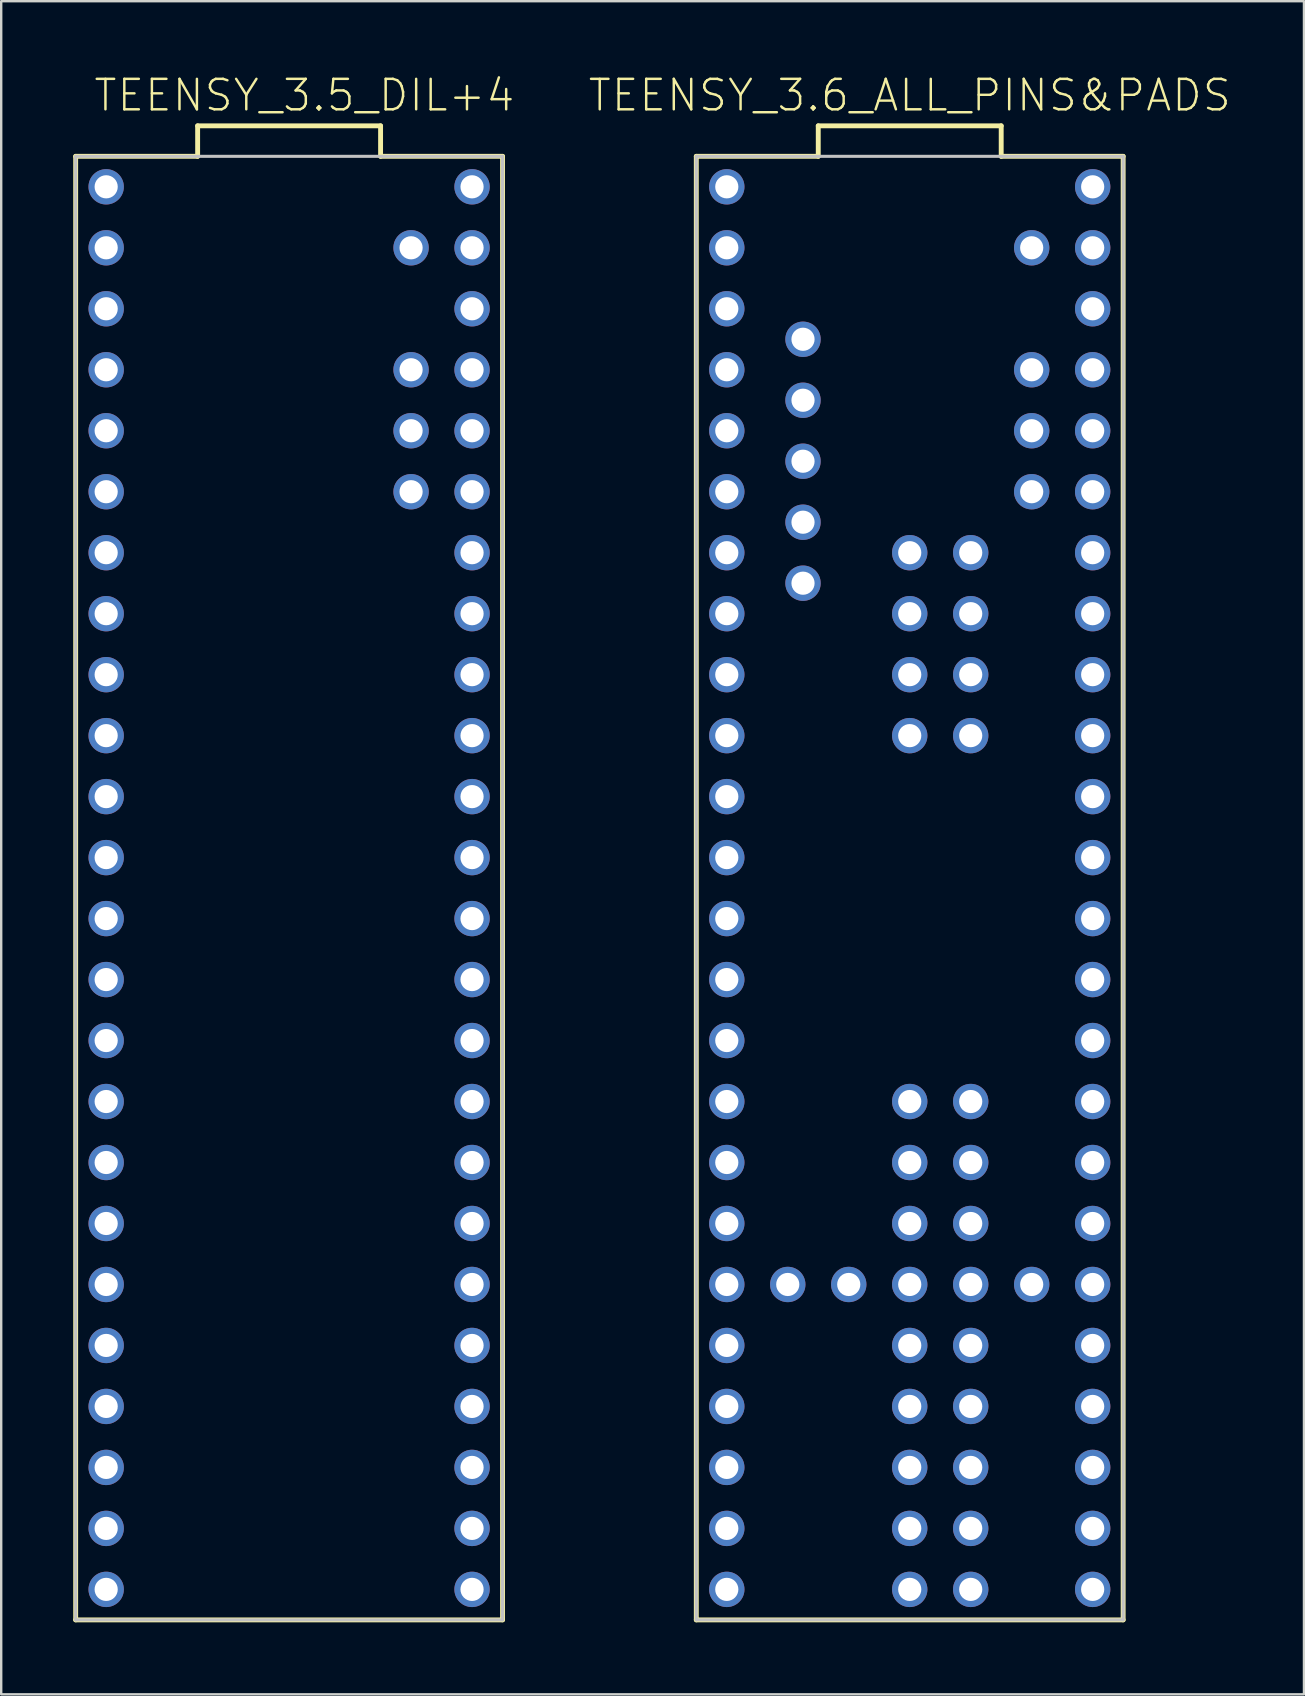
<source format=kicad_pcb>
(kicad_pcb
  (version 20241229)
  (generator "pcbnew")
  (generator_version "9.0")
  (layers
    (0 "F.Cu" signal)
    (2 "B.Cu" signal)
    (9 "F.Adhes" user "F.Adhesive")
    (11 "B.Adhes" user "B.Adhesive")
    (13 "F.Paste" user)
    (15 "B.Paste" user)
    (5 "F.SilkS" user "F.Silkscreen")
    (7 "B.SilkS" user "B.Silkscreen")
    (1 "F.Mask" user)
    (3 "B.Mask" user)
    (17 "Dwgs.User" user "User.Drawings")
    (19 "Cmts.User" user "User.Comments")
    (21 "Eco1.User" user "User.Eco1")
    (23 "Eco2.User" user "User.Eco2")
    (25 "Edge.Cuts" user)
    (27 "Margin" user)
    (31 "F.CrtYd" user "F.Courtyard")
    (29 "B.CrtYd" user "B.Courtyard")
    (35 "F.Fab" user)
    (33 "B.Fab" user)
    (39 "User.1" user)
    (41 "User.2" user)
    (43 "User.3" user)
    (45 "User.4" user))
  (footprint "TEENSY_3.6_ALL_PINS&PADS"
    (layer "F.Cu")
    (at 34.842 33.941)
    (property "Reference" "TEENSY_3.6_ALL_PINS&PADS" (at 0 -33.02 0) (layer "F.SilkS") (effects (font (size 1.27 1.27) (thickness 0.102))))
    (attr exclude_from_pos_files exclude_from_bom)
    (fp_line (start -8.89 -30.48) (end -3.81 -30.48) (stroke (width 0.203) (type solid)) (layer "F.SilkS"))
    (fp_line (start -8.89 30.48) (end -8.89 -30.48) (stroke (width 0.203) (type solid)) (layer "F.SilkS"))
    (fp_line (start -3.81 -31.75) (end 3.81 -31.75) (stroke (width 0.203) (type solid)) (layer "F.SilkS"))
    (fp_line (start -3.81 -30.48) (end -3.81 -31.75) (stroke (width 0.203) (type solid)) (layer "F.SilkS"))
    (fp_line (start 3.81 -31.75) (end 3.81 -30.48) (stroke (width 0.203) (type solid)) (layer "F.SilkS"))
    (fp_line (start 3.81 -30.48) (end 8.89 -30.48) (stroke (width 0.203) (type solid)) (layer "F.SilkS"))
    (fp_line (start 8.89 -30.48) (end 8.89 30.48) (stroke (width 0.203) (type solid)) (layer "F.SilkS"))
    (fp_line (start 8.89 30.48) (end -8.89 30.48) (stroke (width 0.203) (type solid)) (layer "F.SilkS"))
    (fp_line (start -8.89 -30.48) (end 8.89 -30.48) (stroke (width 0.127) (type solid)) (layer "Dwgs.User"))
    (fp_line (start -8.89 30.48) (end -8.89 -30.48) (stroke (width 0.127) (type solid)) (layer "Dwgs.User"))
    (fp_line (start 8.89 -30.48) (end 8.89 30.48) (stroke (width 0.127) (type solid)) (layer "Dwgs.User"))
    (fp_line (start 8.89 30.48) (end -8.89 30.48) (stroke (width 0.127) (type solid)) (layer "Dwgs.User"))
    (pad "0" thru_hole circle (at -7.62 -26.67) (size 1.473 1.473) (drill 0.965) (layers "*.Cu" "*.Paste" "*.Mask"))
    (pad "1" thru_hole circle (at -7.62 -24.13) (size 1.473 1.473) (drill 0.965) (layers "*.Cu" "*.Paste" "*.Mask"))
    (pad "2" thru_hole circle (at -7.62 -21.59) (size 1.473 1.473) (drill 0.965) (layers "*.Cu" "*.Paste" "*.Mask"))
    (pad "3" thru_hole circle (at -7.62 -19.05) (size 1.473 1.473) (drill 0.965) (layers "*.Cu" "*.Paste" "*.Mask"))
    (pad "3.3V" thru_hole circle (at 7.62 -24.13) (size 1.473 1.473) (drill 0.965) (layers "*.Cu" "*.Paste" "*.Mask"))
    (pad "3.3V2" thru_hole circle (at 2.54 29.21) (size 1.473 1.473) (drill 0.965) (layers "*.Cu" "*.Paste" "*.Mask"))
    (pad "3.3V3" thru_hole circle (at -7.62 6.35) (size 1.473 1.473) (drill 0.965) (layers "*.Cu" "*.Paste" "*.Mask"))
    (pad "3.3V4" thru_hole circle (at -2.54 16.51) (size 1.473 1.473) (drill 0.965) (layers "*.Cu" "*.Paste" "*.Mask"))
    (pad "4" thru_hole circle (at -7.62 -16.51) (size 1.473 1.473) (drill 0.965) (layers "*.Cu" "*.Paste" "*.Mask"))
    (pad "5" thru_hole circle (at -7.62 -13.97) (size 1.473 1.473) (drill 0.965) (layers "*.Cu" "*.Paste" "*.Mask"))
    (pad "6" thru_hole circle (at -7.62 -11.43) (size 1.473 1.473) (drill 0.965) (layers "*.Cu" "*.Paste" "*.Mask"))
    (pad "7" thru_hole circle (at -7.62 -8.89) (size 1.473 1.473) (drill 0.965) (layers "*.Cu" "*.Paste" "*.Mask"))
    (pad "8" thru_hole circle (at -7.62 -6.35) (size 1.473 1.473) (drill 0.965) (layers "*.Cu" "*.Paste" "*.Mask"))
    (pad "9" thru_hole circle (at -7.62 -3.81) (size 1.473 1.473) (drill 0.965) (layers "*.Cu" "*.Paste" "*.Mask"))
    (pad "10" thru_hole circle (at -7.62 -1.27) (size 1.473 1.473) (drill 0.965) (layers "*.Cu" "*.Paste" "*.Mask"))
    (pad "11" thru_hole circle (at -7.62 1.27) (size 1.473 1.473) (drill 0.965) (layers "*.Cu" "*.Paste" "*.Mask"))
    (pad "12" thru_hole circle (at -7.62 3.81) (size 1.473 1.473) (drill 0.965) (layers "*.Cu" "*.Paste" "*.Mask"))
    (pad "13" thru_hole circle (at 7.62 3.81) (size 1.473 1.473) (drill 0.965) (layers "*.Cu" "*.Paste" "*.Mask"))
    (pad "14/A0" thru_hole circle (at 7.62 1.27) (size 1.473 1.473) (drill 0.965) (layers "*.Cu" "*.Paste" "*.Mask"))
    (pad "15/A1" thru_hole circle (at 7.62 -1.27) (size 1.473 1.473) (drill 0.965) (layers "*.Cu" "*.Paste" "*.Mask"))
    (pad "16/A2" thru_hole circle (at 7.62 -3.81) (size 1.473 1.473) (drill 0.965) (layers "*.Cu" "*.Paste" "*.Mask"))
    (pad "17/A3" thru_hole circle (at 7.62 -6.35) (size 1.473 1.473) (drill 0.965) (layers "*.Cu" "*.Paste" "*.Mask"))
    (pad "18/A4" thru_hole circle (at 7.62 -8.89) (size 1.473 1.473) (drill 0.965) (layers "*.Cu" "*.Paste" "*.Mask"))
    (pad "19/A5" thru_hole circle (at 7.62 -11.43) (size 1.473 1.473) (drill 0.965) (layers "*.Cu" "*.Paste" "*.Mask"))
    (pad "20/A6" thru_hole circle (at 7.62 -13.97) (size 1.473 1.473) (drill 0.965) (layers "*.Cu" "*.Paste" "*.Mask"))
    (pad "21/A7" thru_hole circle (at 7.62 -16.51) (size 1.473 1.473) (drill 0.965) (layers "*.Cu" "*.Paste" "*.Mask"))
    (pad "22/A8" thru_hole circle (at 7.62 -19.05) (size 1.473 1.473) (drill 0.965) (layers "*.Cu" "*.Paste" "*.Mask"))
    (pad "23/A9" thru_hole circle (at 7.62 -21.59) (size 1.473 1.473) (drill 0.965) (layers "*.Cu" "*.Paste" "*.Mask"))
    (pad "24" thru_hole circle (at -7.62 8.89) (size 1.473 1.473) (drill 0.965) (layers "*.Cu" "*.Paste" "*.Mask"))
    (pad "25" thru_hole circle (at -7.62 11.43) (size 1.473 1.473) (drill 0.965) (layers "*.Cu" "*.Paste" "*.Mask"))
    (pad "26" thru_hole circle (at -7.62 13.97) (size 1.473 1.473) (drill 0.965) (layers "*.Cu" "*.Paste" "*.Mask"))
    (pad "27" thru_hole circle (at -7.62 16.51) (size 1.473 1.473) (drill 0.965) (layers "*.Cu" "*.Paste" "*.Mask"))
    (pad "28" thru_hole circle (at -7.62 19.05) (size 1.473 1.473) (drill 0.965) (layers "*.Cu" "*.Paste" "*.Mask"))
    (pad "29" thru_hole circle (at -7.62 21.59) (size 1.473 1.473) (drill 0.965) (layers "*.Cu" "*.Paste" "*.Mask"))
    (pad "30" thru_hole circle (at -7.62 24.13) (size 1.473 1.473) (drill 0.965) (layers "*.Cu" "*.Paste" "*.Mask"))
    (pad "31/A12" thru_hole circle (at -7.62 26.67) (size 1.473 1.473) (drill 0.965) (layers "*.Cu" "*.Paste" "*.Mask"))
    (pad "32/A13" thru_hole circle (at -7.62 29.21) (size 1.473 1.473) (drill 0.965) (layers "*.Cu" "*.Paste" "*.Mask"))
    (pad "33/A14" thru_hole circle (at 7.62 29.21) (size 1.473 1.473) (drill 0.965) (layers "*.Cu" "*.Paste" "*.Mask"))
    (pad "34/A15" thru_hole circle (at 7.62 26.67) (size 1.473 1.473) (drill 0.965) (layers "*.Cu" "*.Paste" "*.Mask"))
    (pad "35/A16" thru_hole circle (at 7.62 24.13) (size 1.473 1.473) (drill 0.965) (layers "*.Cu" "*.Paste" "*.Mask"))
    (pad "36/A17" thru_hole circle (at 7.62 21.59) (size 1.473 1.473) (drill 0.965) (layers "*.Cu" "*.Paste" "*.Mask"))
    (pad "37/A18" thru_hole circle (at 7.62 19.05) (size 1.473 1.473) (drill 0.965) (layers "*.Cu" "*.Paste" "*.Mask"))
    (pad "38/A19" thru_hole circle (at 7.62 16.51) (size 1.473 1.473) (drill 0.965) (layers "*.Cu" "*.Paste" "*.Mask"))
    (pad "39/A20" thru_hole circle (at 7.62 13.97) (size 1.473 1.473) (drill 0.965) (layers "*.Cu" "*.Paste" "*.Mask"))
    (pad "40" thru_hole circle (at 0 8.89) (size 1.473 1.473) (drill 0.965) (layers "*.Cu" "*.Paste" "*.Mask"))
    (pad "41" thru_hole circle (at 0 11.43) (size 1.473 1.473) (drill 0.965) (layers "*.Cu" "*.Paste" "*.Mask"))
    (pad "42" thru_hole circle (at 0 13.97) (size 1.473 1.473) (drill 0.965) (layers "*.Cu" "*.Paste" "*.Mask"))
    (pad "43" thru_hole circle (at 0 19.05) (size 1.473 1.473) (drill 0.965) (layers "*.Cu" "*.Paste" "*.Mask"))
    (pad "44" thru_hole circle (at 0 21.59) (size 1.473 1.473) (drill 0.965) (layers "*.Cu" "*.Paste" "*.Mask"))
    (pad "45" thru_hole circle (at 0 24.13) (size 1.473 1.473) (drill 0.965) (layers "*.Cu" "*.Paste" "*.Mask"))
    (pad "46" thru_hole circle (at 0 26.67) (size 1.473 1.473) (drill 0.965) (layers "*.Cu" "*.Paste" "*.Mask"))
    (pad "47" thru_hole circle (at 2.54 26.67) (size 1.473 1.473) (drill 0.965) (layers "*.Cu" "*.Paste" "*.Mask"))
    (pad "48" thru_hole circle (at 2.54 24.13) (size 1.473 1.473) (drill 0.965) (layers "*.Cu" "*.Paste" "*.Mask"))
    (pad "49" thru_hole circle (at 2.54 21.59) (size 1.473 1.473) (drill 0.965) (layers "*.Cu" "*.Paste" "*.Mask"))
    (pad "50" thru_hole circle (at 2.54 19.05) (size 1.473 1.473) (drill 0.965) (layers "*.Cu" "*.Paste" "*.Mask"))
    (pad "51" thru_hole circle (at 2.54 13.97) (size 1.473 1.473) (drill 0.965) (layers "*.Cu" "*.Paste" "*.Mask"))
    (pad "52" thru_hole circle (at 2.54 11.43) (size 1.473 1.473) (drill 0.965) (layers "*.Cu" "*.Paste" "*.Mask"))
    (pad "53" thru_hole circle (at 2.54 8.89) (size 1.473 1.473) (drill 0.965) (layers "*.Cu" "*.Paste" "*.Mask"))
    (pad "54" thru_hole circle (at 2.54 -6.35) (size 1.473 1.473) (drill 0.965) (layers "*.Cu" "*.Paste" "*.Mask"))
    (pad "55" thru_hole circle (at 2.54 -8.89) (size 1.473 1.473) (drill 0.965) (layers "*.Cu" "*.Paste" "*.Mask"))
    (pad "56" thru_hole circle (at 2.54 -11.43) (size 1.473 1.473) (drill 0.965) (layers "*.Cu" "*.Paste" "*.Mask"))
    (pad "57" thru_hole circle (at 2.54 -13.97) (size 1.473 1.473) (drill 0.965) (layers "*.Cu" "*.Paste" "*.Mask"))
    (pad "A10" thru_hole circle (at 5.08 -19.05) (size 1.473 1.473) (drill 0.965) (layers "*.Cu" "*.Paste" "*.Mask"))
    (pad "A11" thru_hole circle (at 5.08 -16.51) (size 1.473 1.473) (drill 0.965) (layers "*.Cu" "*.Paste" "*.Mask"))
    (pad "A21" thru_hole circle (at 7.62 11.43) (size 1.473 1.473) (drill 0.965) (layers "*.Cu" "*.Paste" "*.Mask"))
    (pad "A22" thru_hole circle (at 7.62 8.89) (size 1.473 1.473) (drill 0.965) (layers "*.Cu" "*.Paste" "*.Mask"))
    (pad "AGND" thru_hole circle (at 7.62 -26.67) (size 1.473 1.473) (drill 0.965) (layers "*.Cu" "*.Paste" "*.Mask"))
    (pad "AREF" thru_hole circle (at 5.08 -21.59) (size 1.473 1.473) (drill 0.965) (layers "*.Cu" "*.Paste" "*.Mask"))
    (pad "D+" thru_hole circle (at -4.445 -17.78) (size 1.473 1.473) (drill 0.965) (layers "*.Cu" "*.Paste" "*.Mask"))
    (pad "D-" thru_hole circle (at -4.445 -20.32) (size 1.473 1.473) (drill 0.965) (layers "*.Cu" "*.Paste" "*.Mask"))
    (pad "DC" thru_hole circle (at 0 -8.89) (size 1.473 1.473) (drill 0.965) (layers "*.Cu" "*.Paste" "*.Mask"))
    (pad "DE" thru_hole circle (at 0 -11.43) (size 1.473 1.473) (drill 0.965) (layers "*.Cu" "*.Paste" "*.Mask"))
    (pad "DO" thru_hole circle (at 0 -6.35) (size 1.473 1.473) (drill 0.965) (layers "*.Cu" "*.Paste" "*.Mask"))
    (pad "GND" thru_hole circle (at -7.62 -29.21) (size 1.473 1.473) (drill 0.965) (layers "*.Cu" "*.Paste" "*.Mask"))
    (pad "GND1" thru_hole circle (at 7.62 6.35) (size 1.473 1.473) (drill 0.965) (layers "*.Cu" "*.Paste" "*.Mask"))
    (pad "GND2" thru_hole circle (at 0 -13.97) (size 1.473 1.473) (drill 0.965) (layers "*.Cu" "*.Paste" "*.Mask"))
    (pad "GND3" thru_hole circle (at -4.445 -15.24) (size 1.473 1.473) (drill 0.965) (layers "*.Cu" "*.Paste" "*.Mask"))
    (pad "GND4" thru_hole circle (at -4.445 -12.7) (size 1.473 1.473) (drill 0.965) (layers "*.Cu" "*.Paste" "*.Mask"))
    (pad "GND5" thru_hole circle (at 0 29.21) (size 1.473 1.473) (drill 0.965) (layers "*.Cu" "*.Paste" "*.Mask"))
    (pad "GND6" thru_hole circle (at 0 16.51) (size 1.473 1.473) (drill 0.965) (layers "*.Cu" "*.Paste" "*.Mask"))
    (pad "PGM" thru_hole circle (at 2.54 16.51) (size 1.473 1.473) (drill 0.965) (layers "*.Cu" "*.Paste" "*.Mask"))
    (pad "RESET" thru_hole circle (at 5.08 16.51) (size 1.473 1.473) (drill 0.965) (layers "*.Cu" "*.Paste" "*.Mask"))
    (pad "VBAT" thru_hole circle (at -5.08 16.51) (size 1.473 1.473) (drill 0.965) (layers "*.Cu" "*.Paste" "*.Mask"))
    (pad "VIN" thru_hole circle (at 7.62 -29.21) (size 1.473 1.473) (drill 0.965) (layers "*.Cu" "*.Paste" "*.Mask"))
    (pad "VUSB" thru_hole circle (at 5.08 -26.67) (size 1.473 1.473) (drill 0.965) (layers "*.Cu" "*.Paste" "*.Mask"))
    (pad "VUSB1" thru_hole circle (at -4.445 -22.86) (size 1.473 1.473) (drill 0.965) (layers "*.Cu" "*.Paste" "*.Mask")))
  (footprint "TEENSY_3.5_DIL+4"
    (layer "F.Cu")
    (at 8.992 33.941)
    (property "Reference" "TEENSY_3.5_DIL+4" (at 0.635 -33.02 0) (layer "F.SilkS") (effects (font (size 1.27 1.27) (thickness 0.102))))
    (attr exclude_from_pos_files exclude_from_bom)
    (fp_line (start -8.89 -30.48) (end -3.81 -30.48) (stroke (width 0.203) (type solid)) (layer "F.SilkS"))
    (fp_line (start -8.89 30.48) (end -8.89 -30.48) (stroke (width 0.203) (type solid)) (layer "F.SilkS"))
    (fp_line (start -3.81 -31.75) (end 3.81 -31.75) (stroke (width 0.203) (type solid)) (layer "F.SilkS"))
    (fp_line (start -3.81 -30.48) (end -3.81 -31.75) (stroke (width 0.203) (type solid)) (layer "F.SilkS"))
    (fp_line (start 3.81 -31.75) (end 3.81 -30.48) (stroke (width 0.203) (type solid)) (layer "F.SilkS"))
    (fp_line (start 3.81 -30.48) (end 8.89 -30.48) (stroke (width 0.203) (type solid)) (layer "F.SilkS"))
    (fp_line (start 8.89 -30.48) (end 8.89 30.48) (stroke (width 0.203) (type solid)) (layer "F.SilkS"))
    (fp_line (start 8.89 30.48) (end -8.89 30.48) (stroke (width 0.203) (type solid)) (layer "F.SilkS"))
    (fp_line (start -8.89 -30.48) (end 8.89 -30.48) (stroke (width 0.127) (type solid)) (layer "Dwgs.User"))
    (fp_line (start -8.89 30.48) (end -8.89 -30.48) (stroke (width 0.127) (type solid)) (layer "Dwgs.User"))
    (fp_line (start 8.89 -30.48) (end 8.89 30.48) (stroke (width 0.127) (type solid)) (layer "Dwgs.User"))
    (fp_line (start 8.89 30.48) (end -8.89 30.48) (stroke (width 0.127) (type solid)) (layer "Dwgs.User"))
    (pad "0" thru_hole circle (at -7.62 -26.67) (size 1.473 1.473) (drill 0.965) (layers "*.Cu" "*.Paste" "*.Mask"))
    (pad "1" thru_hole circle (at -7.62 -24.13) (size 1.473 1.473) (drill 0.965) (layers "*.Cu" "*.Paste" "*.Mask"))
    (pad "2" thru_hole circle (at -7.62 -21.59) (size 1.473 1.473) (drill 0.965) (layers "*.Cu" "*.Paste" "*.Mask"))
    (pad "3" thru_hole circle (at -7.62 -19.05) (size 1.473 1.473) (drill 0.965) (layers "*.Cu" "*.Paste" "*.Mask"))
    (pad "3.3V" thru_hole circle (at 7.62 -24.13) (size 1.473 1.473) (drill 0.965) (layers "*.Cu" "*.Paste" "*.Mask"))
    (pad "3.3V3" thru_hole circle (at -7.62 6.35) (size 1.473 1.473) (drill 0.965) (layers "*.Cu" "*.Paste" "*.Mask"))
    (pad "4" thru_hole circle (at -7.62 -16.51) (size 1.473 1.473) (drill 0.965) (layers "*.Cu" "*.Paste" "*.Mask"))
    (pad "5" thru_hole circle (at -7.62 -13.97) (size 1.473 1.473) (drill 0.965) (layers "*.Cu" "*.Paste" "*.Mask"))
    (pad "6" thru_hole circle (at -7.62 -11.43) (size 1.473 1.473) (drill 0.965) (layers "*.Cu" "*.Paste" "*.Mask"))
    (pad "7" thru_hole circle (at -7.62 -8.89) (size 1.473 1.473) (drill 0.965) (layers "*.Cu" "*.Paste" "*.Mask"))
    (pad "8" thru_hole circle (at -7.62 -6.35) (size 1.473 1.473) (drill 0.965) (layers "*.Cu" "*.Paste" "*.Mask"))
    (pad "9" thru_hole circle (at -7.62 -3.81) (size 1.473 1.473) (drill 0.965) (layers "*.Cu" "*.Paste" "*.Mask"))
    (pad "10" thru_hole circle (at -7.62 -1.27) (size 1.473 1.473) (drill 0.965) (layers "*.Cu" "*.Paste" "*.Mask"))
    (pad "11" thru_hole circle (at -7.62 1.27) (size 1.473 1.473) (drill 0.965) (layers "*.Cu" "*.Paste" "*.Mask"))
    (pad "12" thru_hole circle (at -7.62 3.81) (size 1.473 1.473) (drill 0.965) (layers "*.Cu" "*.Paste" "*.Mask"))
    (pad "13" thru_hole circle (at 7.62 3.81) (size 1.473 1.473) (drill 0.965) (layers "*.Cu" "*.Paste" "*.Mask"))
    (pad "14/A0" thru_hole circle (at 7.62 1.27) (size 1.473 1.473) (drill 0.965) (layers "*.Cu" "*.Paste" "*.Mask"))
    (pad "15/A1" thru_hole circle (at 7.62 -1.27) (size 1.473 1.473) (drill 0.965) (layers "*.Cu" "*.Paste" "*.Mask"))
    (pad "16/A2" thru_hole circle (at 7.62 -3.81) (size 1.473 1.473) (drill 0.965) (layers "*.Cu" "*.Paste" "*.Mask"))
    (pad "17/A3" thru_hole circle (at 7.62 -6.35) (size 1.473 1.473) (drill 0.965) (layers "*.Cu" "*.Paste" "*.Mask"))
    (pad "18/A4" thru_hole circle (at 7.62 -8.89) (size 1.473 1.473) (drill 0.965) (layers "*.Cu" "*.Paste" "*.Mask"))
    (pad "19/A5" thru_hole circle (at 7.62 -11.43) (size 1.473 1.473) (drill 0.965) (layers "*.Cu" "*.Paste" "*.Mask"))
    (pad "20/A6" thru_hole circle (at 7.62 -13.97) (size 1.473 1.473) (drill 0.965) (layers "*.Cu" "*.Paste" "*.Mask"))
    (pad "21/A7" thru_hole circle (at 7.62 -16.51) (size 1.473 1.473) (drill 0.965) (layers "*.Cu" "*.Paste" "*.Mask"))
    (pad "22/A8" thru_hole circle (at 7.62 -19.05) (size 1.473 1.473) (drill 0.965) (layers "*.Cu" "*.Paste" "*.Mask"))
    (pad "23/A9" thru_hole circle (at 7.62 -21.59) (size 1.473 1.473) (drill 0.965) (layers "*.Cu" "*.Paste" "*.Mask"))
    (pad "24" thru_hole circle (at -7.62 8.89) (size 1.473 1.473) (drill 0.965) (layers "*.Cu" "*.Paste" "*.Mask"))
    (pad "25" thru_hole circle (at -7.62 11.43) (size 1.473 1.473) (drill 0.965) (layers "*.Cu" "*.Paste" "*.Mask"))
    (pad "26" thru_hole circle (at -7.62 13.97) (size 1.473 1.473) (drill 0.965) (layers "*.Cu" "*.Paste" "*.Mask"))
    (pad "27" thru_hole circle (at -7.62 16.51) (size 1.473 1.473) (drill 0.965) (layers "*.Cu" "*.Paste" "*.Mask"))
    (pad "28" thru_hole circle (at -7.62 19.05) (size 1.473 1.473) (drill 0.965) (layers "*.Cu" "*.Paste" "*.Mask"))
    (pad "29" thru_hole circle (at -7.62 21.59) (size 1.473 1.473) (drill 0.965) (layers "*.Cu" "*.Paste" "*.Mask"))
    (pad "30" thru_hole circle (at -7.62 24.13) (size 1.473 1.473) (drill 0.965) (layers "*.Cu" "*.Paste" "*.Mask"))
    (pad "31/A12" thru_hole circle (at -7.62 26.67) (size 1.473 1.473) (drill 0.965) (layers "*.Cu" "*.Paste" "*.Mask"))
    (pad "32/A13" thru_hole circle (at -7.62 29.21) (size 1.473 1.473) (drill 0.965) (layers "*.Cu" "*.Paste" "*.Mask"))
    (pad "33/A14" thru_hole circle (at 7.62 29.21) (size 1.473 1.473) (drill 0.965) (layers "*.Cu" "*.Paste" "*.Mask"))
    (pad "34/A15" thru_hole circle (at 7.62 26.67) (size 1.473 1.473) (drill 0.965) (layers "*.Cu" "*.Paste" "*.Mask"))
    (pad "35/A16" thru_hole circle (at 7.62 24.13) (size 1.473 1.473) (drill 0.965) (layers "*.Cu" "*.Paste" "*.Mask"))
    (pad "36/A17" thru_hole circle (at 7.62 21.59) (size 1.473 1.473) (drill 0.965) (layers "*.Cu" "*.Paste" "*.Mask"))
    (pad "37/A18" thru_hole circle (at 7.62 19.05) (size 1.473 1.473) (drill 0.965) (layers "*.Cu" "*.Paste" "*.Mask"))
    (pad "38/A19" thru_hole circle (at 7.62 16.51) (size 1.473 1.473) (drill 0.965) (layers "*.Cu" "*.Paste" "*.Mask"))
    (pad "39/A20" thru_hole circle (at 7.62 13.97) (size 1.473 1.473) (drill 0.965) (layers "*.Cu" "*.Paste" "*.Mask"))
    (pad "A10" thru_hole circle (at 5.08 -19.05) (size 1.473 1.473) (drill 0.965) (layers "*.Cu" "*.Paste" "*.Mask"))
    (pad "A11" thru_hole circle (at 5.08 -16.51) (size 1.473 1.473) (drill 0.965) (layers "*.Cu" "*.Paste" "*.Mask"))
    (pad "A21" thru_hole circle (at 7.62 11.43) (size 1.473 1.473) (drill 0.965) (layers "*.Cu" "*.Paste" "*.Mask"))
    (pad "A22" thru_hole circle (at 7.62 8.89) (size 1.473 1.473) (drill 0.965) (layers "*.Cu" "*.Paste" "*.Mask"))
    (pad "AGND" thru_hole circle (at 7.62 -26.67) (size 1.473 1.473) (drill 0.965) (layers "*.Cu" "*.Paste" "*.Mask"))
    (pad "AREF" thru_hole circle (at 5.08 -21.59) (size 1.473 1.473) (drill 0.965) (layers "*.Cu" "*.Paste" "*.Mask"))
    (pad "GND" thru_hole circle (at -7.62 -29.21) (size 1.473 1.473) (drill 0.965) (layers "*.Cu" "*.Paste" "*.Mask"))
    (pad "GND1" thru_hole circle (at 7.62 6.35) (size 1.473 1.473) (drill 0.965) (layers "*.Cu" "*.Paste" "*.Mask"))
    (pad "VIN" thru_hole circle (at 7.62 -29.21) (size 1.473 1.473) (drill 0.965) (layers "*.Cu" "*.Paste" "*.Mask"))
    (pad "VUSB" thru_hole circle (at 5.08 -26.67) (size 1.473 1.473) (drill 0.965) (layers "*.Cu" "*.Paste" "*.Mask")))
  (gr_rect
    (start -3 -3)
    (end 51.263 67.523)
    (stroke (width 0.1) (type default))
    (fill no)
    (layer "Edge.Cuts")))
</source>
